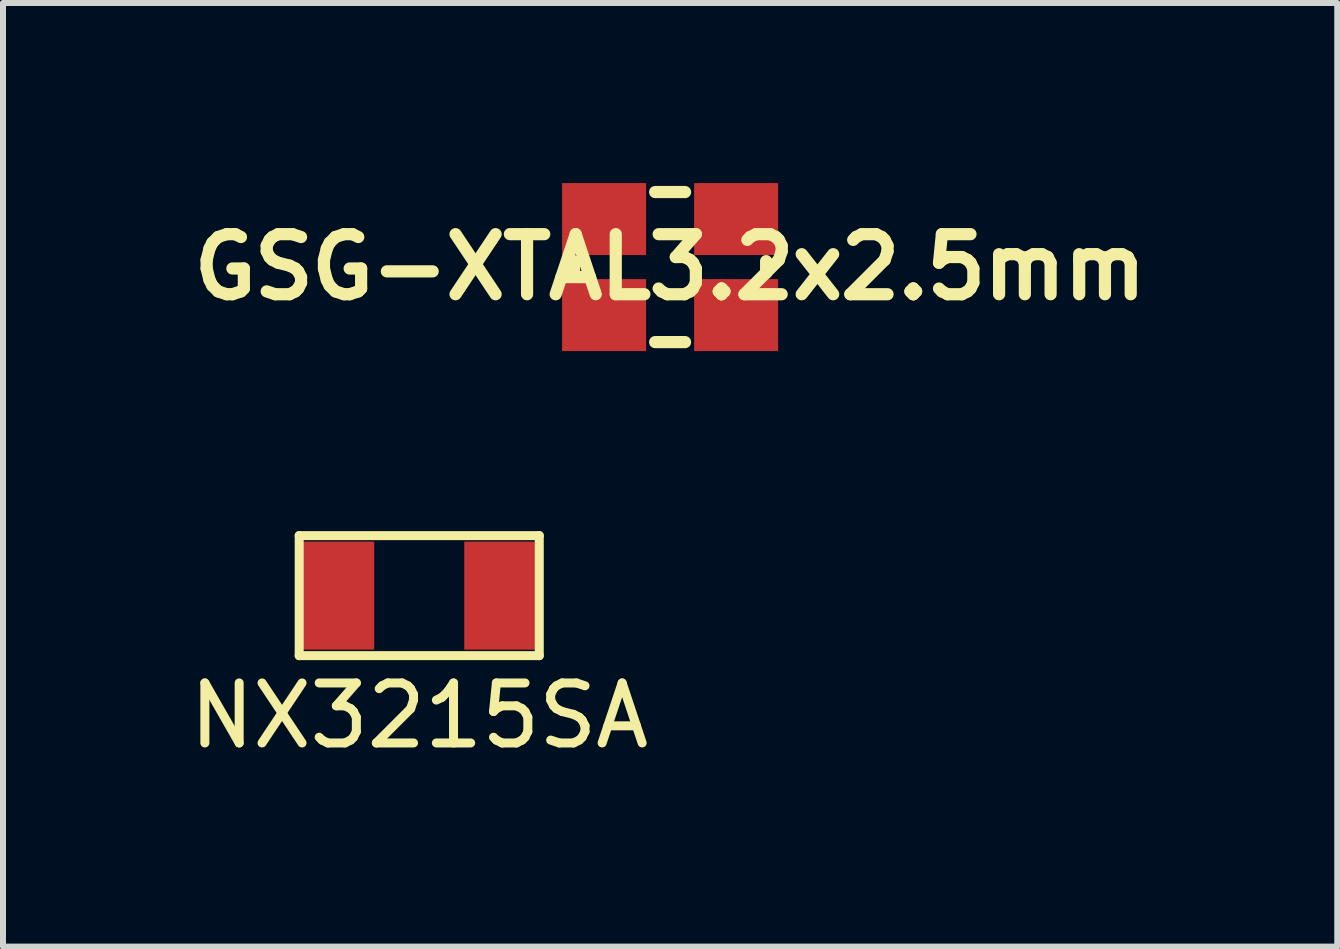
<source format=kicad_pcb>
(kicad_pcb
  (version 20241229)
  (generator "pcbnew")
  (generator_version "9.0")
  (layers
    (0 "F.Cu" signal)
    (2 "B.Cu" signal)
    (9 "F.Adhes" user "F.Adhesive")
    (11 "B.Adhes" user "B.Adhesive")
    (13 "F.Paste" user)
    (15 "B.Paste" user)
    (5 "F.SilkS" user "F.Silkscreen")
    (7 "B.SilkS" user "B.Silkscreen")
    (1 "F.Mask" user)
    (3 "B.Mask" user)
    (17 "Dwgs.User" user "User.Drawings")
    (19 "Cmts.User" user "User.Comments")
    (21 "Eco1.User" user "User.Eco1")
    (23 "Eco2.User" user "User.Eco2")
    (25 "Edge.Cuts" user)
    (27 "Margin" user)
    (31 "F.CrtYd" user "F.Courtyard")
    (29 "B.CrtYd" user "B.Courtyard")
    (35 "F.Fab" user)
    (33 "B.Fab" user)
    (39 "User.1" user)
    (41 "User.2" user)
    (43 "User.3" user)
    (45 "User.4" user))
  (footprint "GSG-XTAL3.2x2.5mm"
    (layer "F.Cu")
    (at 8.115 1.4)
    (property "Reference" "GSG-XTAL3.2x2.5mm" (at 0 0 0) (layer "F.SilkS") (effects (font (size 1.001 1.001) (thickness 0.203))))
    (attr through_hole)
    (fp_line (start -1.6 0.099) (end -1.6 -0.099) (stroke (width 0.203) (type solid)) (layer "F.SilkS"))
    (fp_line (start -0.249 -1.25) (end 0.249 -1.25) (stroke (width 0.203) (type solid)) (layer "F.SilkS"))
    (fp_line (start -0.249 1.25) (end 0.249 1.25) (stroke (width 0.203) (type solid)) (layer "F.SilkS"))
    (fp_line (start 1.6 0.099) (end 1.6 -0.099) (stroke (width 0.203) (type solid)) (layer "F.SilkS"))
    (pad "1" smd rect (at -1.1 0.8) (size 1.4 1.199) (layers "F.Cu" "F.Mask" "F.Paste"))
    (pad "2" smd rect (at 1.1 0.8) (size 1.4 1.199) (layers "F.Cu" "F.Mask" "F.Paste"))
    (pad "3" smd rect (at 1.1 -0.8) (size 1.4 1.199) (layers "F.Cu" "F.Mask" "F.Paste"))
    (pad "4" smd rect (at -1.1 -0.8) (size 1.4 1.199) (layers "F.Cu" "F.Mask" "F.Paste")))
  (footprint "NX3215SA"
    (layer "F.Cu")
    (at 3.935 6.874)
    (property "Reference" "NX3215SA" (at 0 2 0) (layer "F.SilkS") (effects (font (size 1 1) (thickness 0.15))))
    (attr through_hole)
    (fp_line (start -2 -1) (end -2 1) (stroke (width 0.15) (type solid)) (layer "F.SilkS"))
    (fp_line (start -2 1) (end 2 1) (stroke (width 0.15) (type solid)) (layer "F.SilkS"))
    (fp_line (start 2 -1) (end -2 -1) (stroke (width 0.15) (type solid)) (layer "F.SilkS"))
    (fp_line (start 2 -1) (end 2 1) (stroke (width 0.15) (type solid)) (layer "F.SilkS"))
    (pad "1" smd rect (at -1.35 0) (size 1.2 1.8) (layers "F.Cu" "F.Mask" "F.Paste"))
    (pad "2" smd rect (at 1.35 0) (size 1.2 1.8) (layers "F.Cu" "F.Mask" "F.Paste")))
  (gr_rect
    (start -3 -3)
    (end 19.231 12.722)
    (stroke (width 0.1) (type default))
    (fill no)
    (layer "Edge.Cuts")))
</source>
